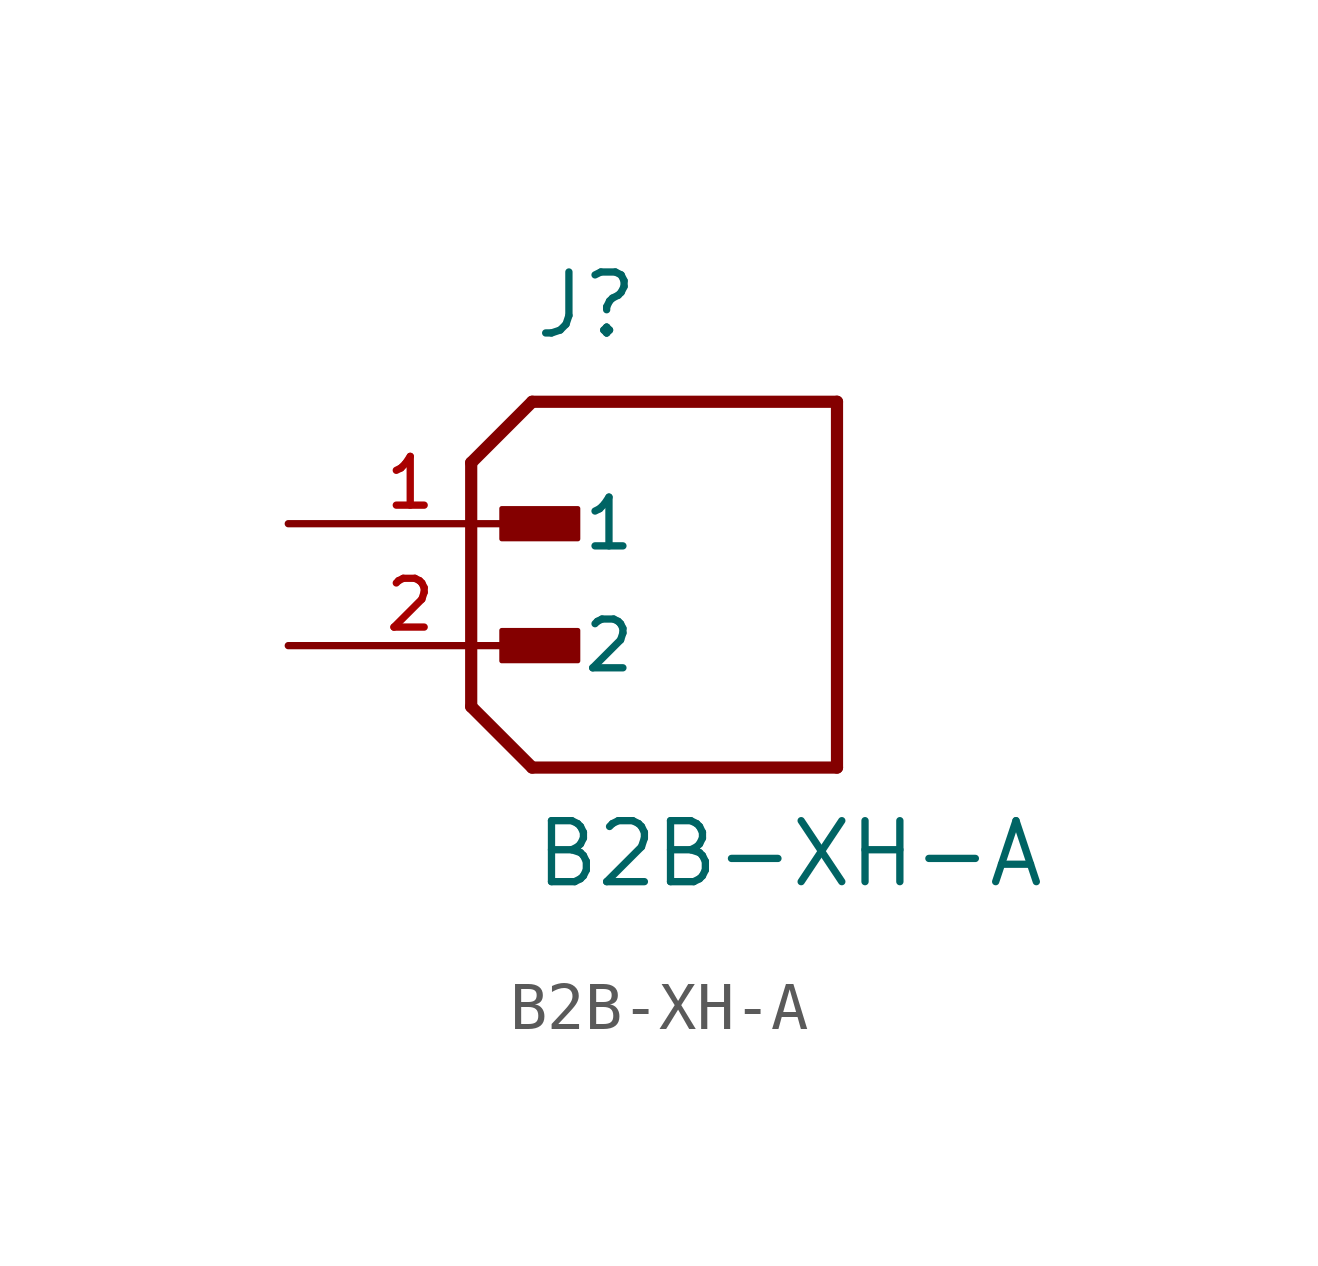
<source format=kicad_sym>
(kicad_symbol_lib
  (version 20211014)
  (generator kicad_symbol_editor)
  (symbol "B2B-XH-A"
    (pin_names
      (offset 1.016))
    (property "Reference" "J"
      (at -2.54 6.35 0)
      (effects (font (size 1.27 1.27)) (justify bottom left)))
    (property "Value" "B2B-XH-A"
      (at -2.54 -5.08 0)
      (effects (font (size 1.27 1.27)) (justify bottom left)))
    (symbol "B2B-XH-A_0_0"
      (polyline (pts (xy -3.81 3.81) (xy -2.54 5.08)) (stroke (width 0.254)))
      (polyline (pts (xy -3.81 3.81) (xy -3.81 -1.27)) (stroke (width 0.254)))
      (polyline (pts (xy -3.81 -1.27) (xy -2.54 -2.54)) (stroke (width 0.254)))
      (polyline (pts (xy -2.54 -2.54) (xy 3.81 -2.54)) (stroke (width 0.254)))
      (polyline (pts (xy 3.81 -2.54) (xy 3.81 5.08)) (stroke (width 0.254)))
      (polyline (pts (xy 3.81 5.08) (xy -2.54 5.08)) (stroke (width 0.254)))
      (rectangle (start -3.175 2.223) (end -1.587 2.857) (stroke (width 0.1)) (fill (type outline)))
      (rectangle (start -3.175 -0.318) (end -1.587 0.318) (stroke (width 0.1)) (fill (type outline)))
      (pin passive line (at -7.62 2.54 0) (length 5.08) (name "1" (effects (font (size 1.016 1.016)))) (number "1" (effects (font (size 1.016 1.016)))))
      (pin passive line (at -7.62 0.0 0) (length 5.08) (name "2" (effects (font (size 1.016 1.016)))) (number "2" (effects (font (size 1.016 1.016))))))))
</source>
